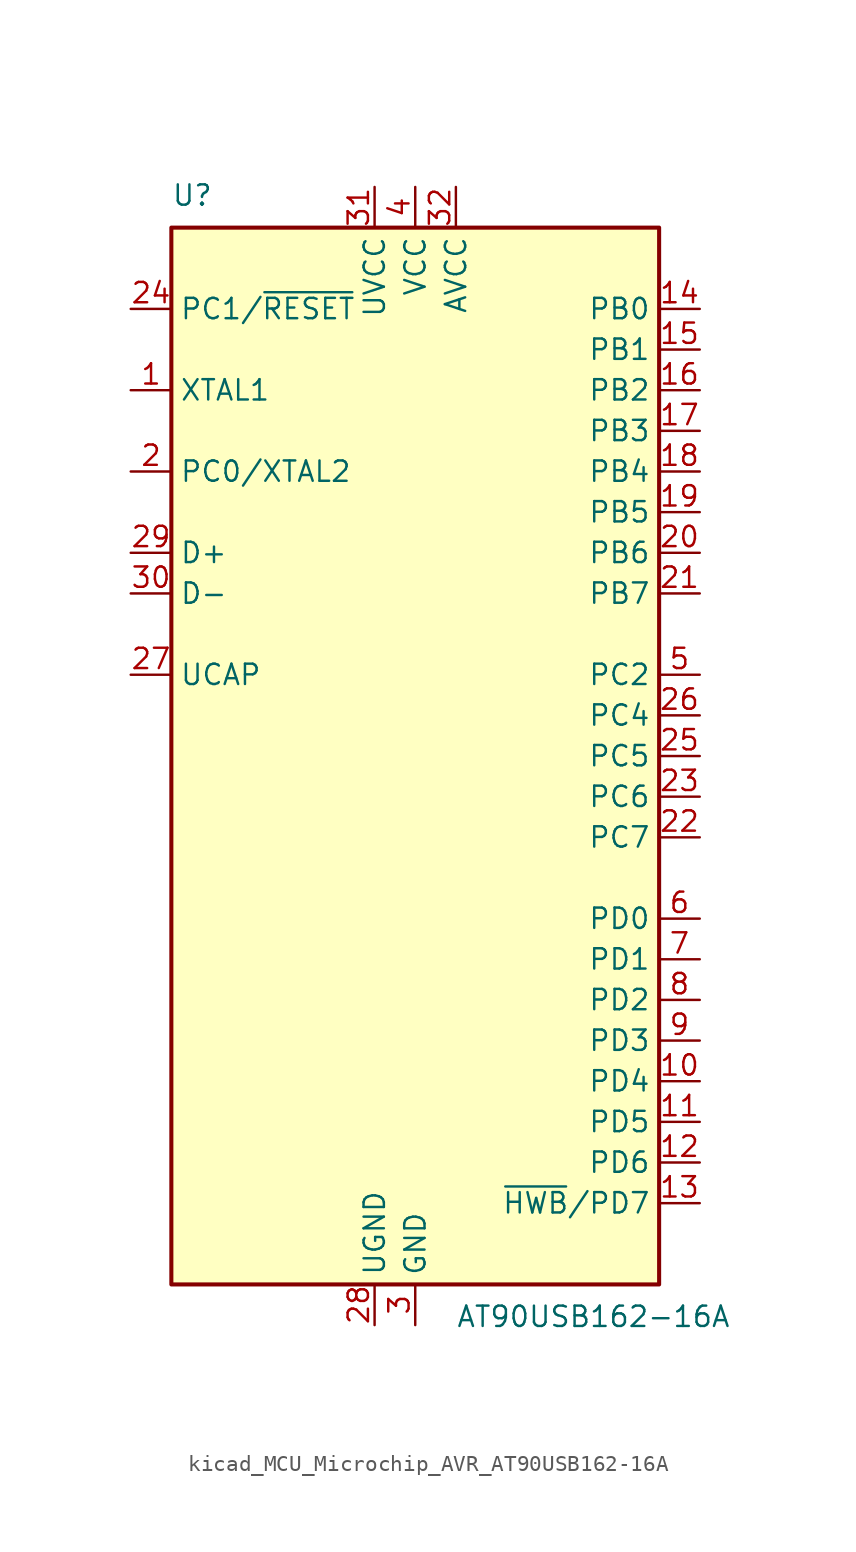
<source format=kicad_sym>
(kicad_symbol_lib
  (version 20220914)
  (generator kicad_symbol_editor)
  (symbol "kicad_MCU_Microchip_AVR_AT90USB162-16A"
    (property "Reference" "U"
      (at -15.24 34.29 0)
      (effects (font (size 1.27 1.27)) (justify left bottom)))
    (property "Value" "AT90USB162-16A"
      (at 2.54 -34.29 0)
      (effects (font (size 1.27 1.27)) (justify left top)))
    (symbol "kicad_MCU_Microchip_AVR_AT90USB162-16A_0_1"
      (rectangle (start -15.24 -33.02) (end 15.24 33.02) (stroke (width 0.254) (type default)) (fill (type background))))
    (symbol "kicad_MCU_Microchip_AVR_AT90USB162-16A_1_1"
      (pin input line (at -17.78 22.86 0) (length 2.54) (name "XTAL1" (effects (font (size 1.27 1.27)))) (number "1" (effects (font (size 1.27 1.27)))))
      (pin bidirectional line (at 17.78 -20.32 180) (length 2.54) (name "PD4" (effects (font (size 1.27 1.27)))) (number "10" (effects (font (size 1.27 1.27)))))
      (pin bidirectional line (at 17.78 -22.86 180) (length 2.54) (name "PD5" (effects (font (size 1.27 1.27)))) (number "11" (effects (font (size 1.27 1.27)))))
      (pin bidirectional line (at 17.78 -25.4 180) (length 2.54) (name "PD6" (effects (font (size 1.27 1.27)))) (number "12" (effects (font (size 1.27 1.27)))))
      (pin bidirectional line (at 17.78 -27.94 180) (length 2.54) (name "~{HWB}/PD7" (effects (font (size 1.27 1.27)))) (number "13" (effects (font (size 1.27 1.27)))))
      (pin bidirectional line (at 17.78 27.94 180) (length 2.54) (name "PB0" (effects (font (size 1.27 1.27)))) (number "14" (effects (font (size 1.27 1.27)))))
      (pin bidirectional line (at 17.78 25.4 180) (length 2.54) (name "PB1" (effects (font (size 1.27 1.27)))) (number "15" (effects (font (size 1.27 1.27)))))
      (pin bidirectional line (at 17.78 22.86 180) (length 2.54) (name "PB2" (effects (font (size 1.27 1.27)))) (number "16" (effects (font (size 1.27 1.27)))))
      (pin bidirectional line (at 17.78 20.32 180) (length 2.54) (name "PB3" (effects (font (size 1.27 1.27)))) (number "17" (effects (font (size 1.27 1.27)))))
      (pin bidirectional line (at 17.78 17.78 180) (length 2.54) (name "PB4" (effects (font (size 1.27 1.27)))) (number "18" (effects (font (size 1.27 1.27)))))
      (pin bidirectional line (at 17.78 15.24 180) (length 2.54) (name "PB5" (effects (font (size 1.27 1.27)))) (number "19" (effects (font (size 1.27 1.27)))))
      (pin bidirectional line (at -17.78 17.78 0) (length 2.54) (name "PC0/XTAL2" (effects (font (size 1.27 1.27)))) (number "2" (effects (font (size 1.27 1.27)))))
      (pin bidirectional line (at 17.78 12.7 180) (length 2.54) (name "PB6" (effects (font (size 1.27 1.27)))) (number "20" (effects (font (size 1.27 1.27)))))
      (pin bidirectional line (at 17.78 10.16 180) (length 2.54) (name "PB7" (effects (font (size 1.27 1.27)))) (number "21" (effects (font (size 1.27 1.27)))))
      (pin bidirectional line (at 17.78 -5.08 180) (length 2.54) (name "PC7" (effects (font (size 1.27 1.27)))) (number "22" (effects (font (size 1.27 1.27)))))
      (pin bidirectional line (at 17.78 -2.54 180) (length 2.54) (name "PC6" (effects (font (size 1.27 1.27)))) (number "23" (effects (font (size 1.27 1.27)))))
      (pin bidirectional line (at -17.78 27.94 0) (length 2.54) (name "PC1/~{RESET}" (effects (font (size 1.27 1.27)))) (number "24" (effects (font (size 1.27 1.27)))))
      (pin bidirectional line (at 17.78 0 180) (length 2.54) (name "PC5" (effects (font (size 1.27 1.27)))) (number "25" (effects (font (size 1.27 1.27)))))
      (pin bidirectional line (at 17.78 2.54 180) (length 2.54) (name "PC4" (effects (font (size 1.27 1.27)))) (number "26" (effects (font (size 1.27 1.27)))))
      (pin passive line (at -17.78 5.08 0) (length 2.54) (name "UCAP" (effects (font (size 1.27 1.27)))) (number "27" (effects (font (size 1.27 1.27)))))
      (pin power_in line (at -2.54 -35.56 90) (length 2.54) (name "UGND" (effects (font (size 1.27 1.27)))) (number "28" (effects (font (size 1.27 1.27)))))
      (pin bidirectional line (at -17.78 12.7 0) (length 2.54) (name "D+" (effects (font (size 1.27 1.27)))) (number "29" (effects (font (size 1.27 1.27)))))
      (pin power_in line (at 0 -35.56 90) (length 2.54) (name "GND" (effects (font (size 1.27 1.27)))) (number "3" (effects (font (size 1.27 1.27)))))
      (pin bidirectional line (at -17.78 10.16 0) (length 2.54) (name "D-" (effects (font (size 1.27 1.27)))) (number "30" (effects (font (size 1.27 1.27)))))
      (pin power_in line (at -2.54 35.56 270) (length 2.54) (name "UVCC" (effects (font (size 1.27 1.27)))) (number "31" (effects (font (size 1.27 1.27)))))
      (pin power_in line (at 2.54 35.56 270) (length 2.54) (name "AVCC" (effects (font (size 1.27 1.27)))) (number "32" (effects (font (size 1.27 1.27)))))
      (pin power_in line (at 0 35.56 270) (length 2.54) (name "VCC" (effects (font (size 1.27 1.27)))) (number "4" (effects (font (size 1.27 1.27)))))
      (pin bidirectional line (at 17.78 5.08 180) (length 2.54) (name "PC2" (effects (font (size 1.27 1.27)))) (number "5" (effects (font (size 1.27 1.27)))))
      (pin bidirectional line (at 17.78 -10.16 180) (length 2.54) (name "PD0" (effects (font (size 1.27 1.27)))) (number "6" (effects (font (size 1.27 1.27)))))
      (pin bidirectional line (at 17.78 -12.7 180) (length 2.54) (name "PD1" (effects (font (size 1.27 1.27)))) (number "7" (effects (font (size 1.27 1.27)))))
      (pin bidirectional line (at 17.78 -15.24 180) (length 2.54) (name "PD2" (effects (font (size 1.27 1.27)))) (number "8" (effects (font (size 1.27 1.27)))))
      (pin bidirectional line (at 17.78 -17.78 180) (length 2.54) (name "PD3" (effects (font (size 1.27 1.27)))) (number "9" (effects (font (size 1.27 1.27))))))))
</source>
